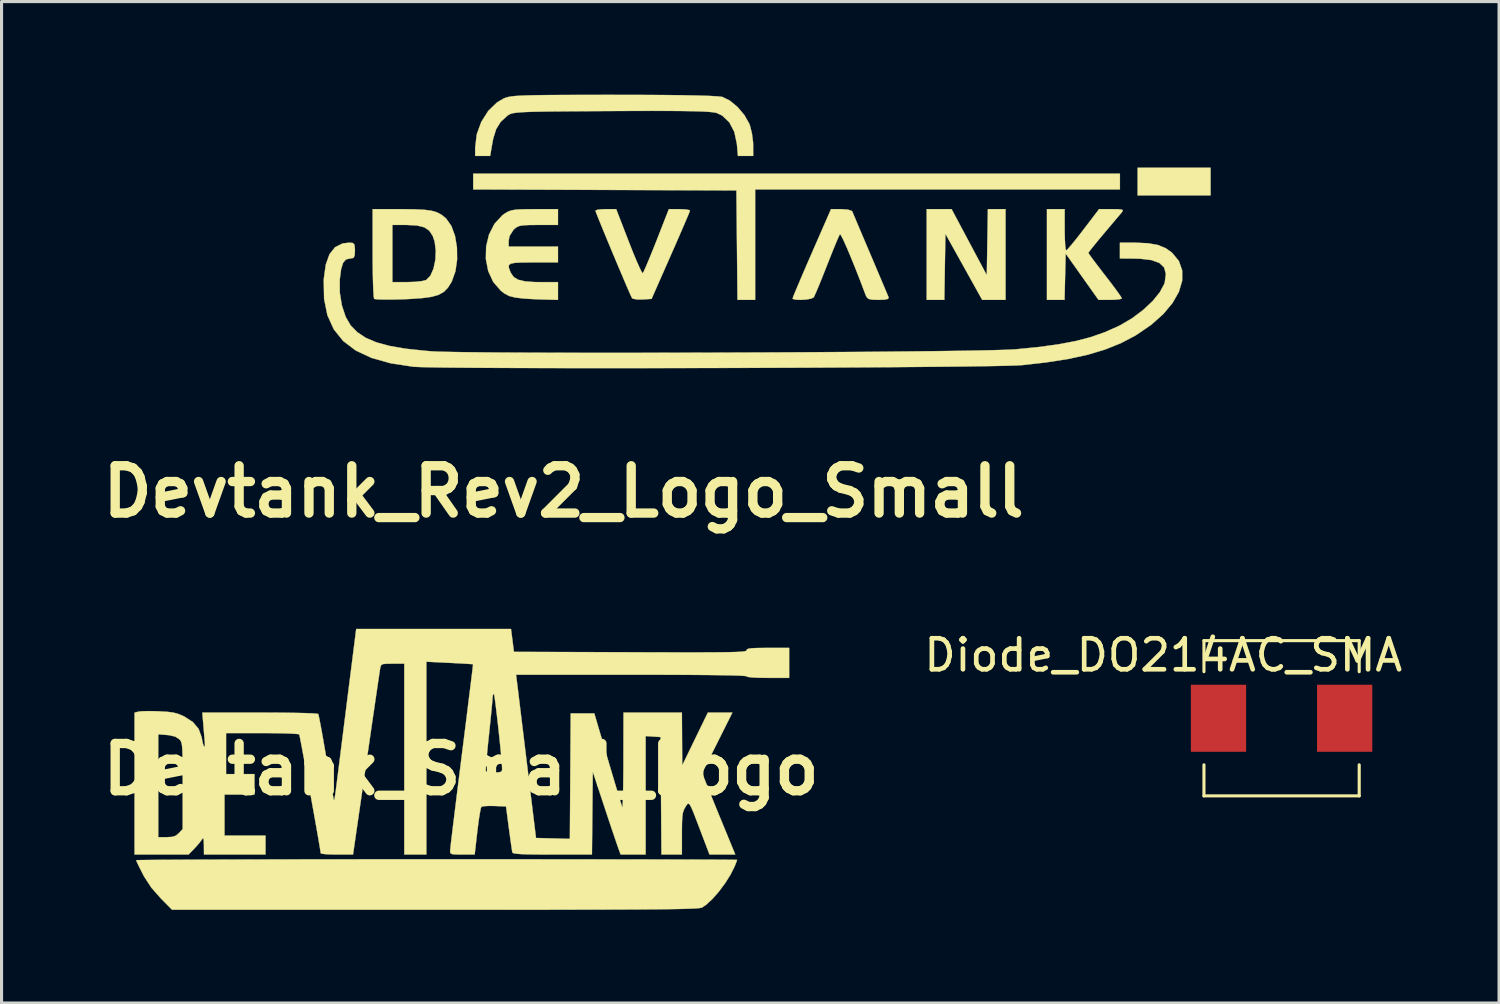
<source format=kicad_pcb>
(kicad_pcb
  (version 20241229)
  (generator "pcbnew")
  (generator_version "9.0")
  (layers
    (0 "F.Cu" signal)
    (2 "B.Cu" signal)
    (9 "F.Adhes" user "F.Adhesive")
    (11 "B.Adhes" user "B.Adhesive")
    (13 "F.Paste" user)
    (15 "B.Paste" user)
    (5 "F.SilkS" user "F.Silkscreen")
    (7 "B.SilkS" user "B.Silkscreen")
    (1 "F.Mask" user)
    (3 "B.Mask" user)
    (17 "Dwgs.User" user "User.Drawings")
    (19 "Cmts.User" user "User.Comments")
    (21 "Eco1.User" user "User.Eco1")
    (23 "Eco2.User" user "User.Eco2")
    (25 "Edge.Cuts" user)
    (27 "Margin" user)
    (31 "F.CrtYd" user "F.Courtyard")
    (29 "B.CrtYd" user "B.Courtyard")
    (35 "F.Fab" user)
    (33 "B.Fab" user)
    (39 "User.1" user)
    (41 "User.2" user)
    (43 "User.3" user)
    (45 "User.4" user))
  (footprint "Devtank_Rev2_Logo_Small"
    (layer "F.Cu")
    (at 21.652 4.385)
    (property "Reference" "Devtank_Rev2_Logo_Small" (at -6.55 8.4 0) (layer "F.SilkS") (effects (font (size 1.524 1.524) (thickness 0.3))))
    (attr through_hole)
    (fp_poly (pts (xy 14.287 -1.143) (xy 11.938 -1.143) (xy 11.938 -2.032) (xy 14.287 -2.032) (xy 14.287 -1.143)) (stroke (width 0.01) (type solid)) (fill yes) (layer "F.SilkS"))
    (fp_poly (pts (xy 11.367 -1.333) (xy -0.381 -1.333) (xy -0.381 2.223) (xy -0.95 2.223) (xy -0.984 -1.302) (xy -5.223 -1.318) (xy -9.461 -1.334) (xy -9.461 -1.841) (xy 11.367 -1.841) (xy 11.367 -1.333)) (stroke (width 0.01) (type solid)) (fill yes) (layer "F.SilkS"))
    (fp_poly (pts (xy 6.513 0.365) (xy 7.08 1.429) (xy 7.115 -0.699) (xy 7.684 -0.699) (xy 7.684 2.223) (xy 6.932 2.223) (xy 5.747 0.095) (xy 5.729 1.159) (xy 5.712 2.223) (xy 5.144 2.223) (xy 5.144 -0.699) (xy 5.545 -0.699) (xy 5.946 -0.699) (xy 6.513 0.365)) (stroke (width 0.01) (type solid)) (fill yes) (layer "F.SilkS"))
    (fp_poly (pts (xy -4.451 0.348) (xy -4.319 0.683) (xy -4.199 0.971) (xy -4.101 1.192) (xy -4.032 1.33) (xy -4.002 1.366) (xy -3.966 1.301) (xy -3.892 1.137) (xy -3.79 0.894) (xy -3.667 0.592) (xy -3.559 0.32) (xy -3.16 -0.699) (xy -2.818 -0.699) (xy -2.63 -0.691) (xy -2.508 -0.67) (xy -2.48 -0.651) (xy -2.506 -0.582) (xy -2.576 -0.413) (xy -2.684 -0.162) (xy -2.821 0.156) (xy -2.982 0.524) (xy -3.101 0.794) (xy -3.717 2.191) (xy -4.012 2.21) (xy -4.195 2.209) (xy -4.32 2.183) (xy -4.346 2.165) (xy -4.386 2.083) (xy -4.464 1.907) (xy -4.572 1.656) (xy -4.701 1.351) (xy -4.845 1.012) (xy -4.993 0.659) (xy -5.138 0.311) (xy -5.271 -0.011) (xy -5.384 -0.288) (xy -5.469 -0.499) (xy -5.517 -0.624) (xy -5.524 -0.65) (xy -5.467 -0.677) (xy -5.32 -0.695) (xy -5.19 -0.699) (xy -4.856 -0.699) (xy -4.451 0.348)) (stroke (width 0.01) (type solid)) (fill yes) (layer "F.SilkS"))
    (fp_poly (pts (xy 9.588 -0.032) (xy 9.593 0.242) (xy 9.604 0.46) (xy 9.621 0.598) (xy 9.636 0.632) (xy 9.69 0.583) (xy 9.805 0.451) (xy 9.964 0.256) (xy 10.151 0.016) (xy 10.19 -0.035) (xy 10.696 -0.699) (xy 11.105 -0.699) (xy 11.322 -0.696) (xy 11.434 -0.683) (xy 11.462 -0.653) (xy 11.428 -0.597) (xy 11.42 -0.587) (xy 11.343 -0.496) (xy 11.204 -0.332) (xy 11.024 -0.118) (xy 10.838 0.102) (xy 10.649 0.329) (xy 10.494 0.519) (xy 10.389 0.653) (xy 10.351 0.71) (xy 10.387 0.768) (xy 10.488 0.907) (xy 10.64 1.108) (xy 10.827 1.352) (xy 10.89 1.433) (xy 11.086 1.688) (xy 11.25 1.908) (xy 11.368 2.074) (xy 11.426 2.165) (xy 11.43 2.175) (xy 11.372 2.2) (xy 11.223 2.217) (xy 11.054 2.223) (xy 10.678 2.223) (xy 10.149 1.477) (xy 9.62 0.731) (xy 9.602 1.477) (xy 9.584 2.223) (xy 9.017 2.223) (xy 9.017 -0.699) (xy 9.588 -0.699) (xy 9.588 -0.032)) (stroke (width 0.01) (type solid)) (fill yes) (layer "F.SilkS"))
    (fp_poly (pts (xy -6.731 -0.191) (xy -7.369 -0.191) (xy -7.663 -0.188) (xy -7.86 -0.178) (xy -7.989 -0.153) (xy -8.079 -0.108) (xy -8.16 -0.038) (xy -8.163 -0.035) (xy -8.291 0.166) (xy -8.319 0.315) (xy -8.319 0.508) (xy -6.731 0.508) (xy -6.731 1.016) (xy -7.525 1.016) (xy -7.872 1.018) (xy -8.109 1.029) (xy -8.25 1.056) (xy -8.313 1.107) (xy -8.314 1.189) (xy -8.268 1.311) (xy -8.248 1.355) (xy -8.158 1.486) (xy -8.016 1.574) (xy -7.799 1.626) (xy -7.488 1.649) (xy -7.3 1.651) (xy -6.731 1.651) (xy -6.731 2.223) (xy -7.16 2.212) (xy -7.427 2.203) (xy -7.685 2.19) (xy -7.842 2.179) (xy -8.113 2.147) (xy -8.302 2.099) (xy -8.454 2.019) (xy -8.57 1.929) (xy -8.818 1.643) (xy -8.979 1.293) (xy -9.054 0.905) (xy -9.045 0.506) (xy -8.953 0.121) (xy -8.779 -0.222) (xy -8.525 -0.499) (xy -8.45 -0.554) (xy -8.346 -0.617) (xy -8.234 -0.658) (xy -8.087 -0.683) (xy -7.876 -0.695) (xy -7.574 -0.698) (xy -7.484 -0.699) (xy -6.731 -0.699) (xy -6.731 -0.191)) (stroke (width 0.01) (type solid)) (fill yes) (layer "F.SilkS"))
    (fp_poly (pts (xy 2.607 -0.683) (xy 2.731 -0.641) (xy 2.749 -0.619) (xy 2.782 -0.54) (xy 2.858 -0.361) (xy 2.967 -0.102) (xy 3.104 0.221) (xy 3.26 0.588) (xy 3.334 0.762) (xy 3.496 1.144) (xy 3.642 1.489) (xy 3.765 1.778) (xy 3.856 1.995) (xy 3.909 2.121) (xy 3.919 2.143) (xy 3.9 2.191) (xy 3.784 2.216) (xy 3.593 2.223) (xy 3.387 2.217) (xy 3.27 2.192) (xy 3.207 2.13) (xy 3.171 2.048) (xy 3.008 1.617) (xy 2.849 1.212) (xy 2.701 0.847) (xy 2.571 0.539) (xy 2.465 0.303) (xy 2.389 0.153) (xy 2.35 0.107) (xy 2.349 0.108) (xy 2.312 0.182) (xy 2.238 0.353) (xy 2.136 0.6) (xy 2.015 0.903) (xy 1.933 1.111) (xy 1.803 1.44) (xy 1.686 1.73) (xy 1.59 1.958) (xy 1.525 2.104) (xy 1.504 2.143) (xy 1.421 2.183) (xy 1.269 2.211) (xy 1.092 2.223) (xy 0.933 2.218) (xy 0.837 2.194) (xy 0.826 2.177) (xy 0.85 2.108) (xy 0.919 1.939) (xy 1.025 1.688) (xy 1.161 1.369) (xy 1.32 1) (xy 1.444 0.716) (xy 2.063 -0.699) (xy 2.39 -0.699) (xy 2.607 -0.683)) (stroke (width 0.01) (type solid)) (fill yes) (layer "F.SilkS"))
    (fp_poly (pts (xy -11.361 -0.694) (xy -11.042 -0.679) (xy -10.804 -0.648) (xy -10.625 -0.595) (xy -10.48 -0.517) (xy -10.347 -0.409) (xy -10.332 -0.395) (xy -10.164 -0.157) (xy -10.047 0.164) (xy -9.985 0.537) (xy -9.98 0.927) (xy -10.034 1.303) (xy -10.151 1.63) (xy -10.166 1.657) (xy -10.277 1.832) (xy -10.406 1.964) (xy -10.573 2.059) (xy -10.798 2.124) (xy -11.101 2.166) (xy -11.503 2.194) (xy -11.697 2.203) (xy -12.025 2.212) (xy -12.307 2.213) (xy -12.519 2.208) (xy -12.637 2.195) (xy -12.652 2.188) (xy -12.666 2.112) (xy -12.678 1.929) (xy -12.688 1.656) (xy -12.696 1.313) (xy -12.7 0.918) (xy -12.7 0.72) (xy -12.7 -0.191) (xy -12.065 -0.191) (xy -12.065 1.651) (xy -11.585 1.651) (xy -11.333 1.642) (xy -11.118 1.619) (xy -10.983 1.586) (xy -10.976 1.582) (xy -10.841 1.446) (xy -10.741 1.22) (xy -10.681 0.939) (xy -10.667 0.638) (xy -10.702 0.35) (xy -10.766 0.161) (xy -10.877 -0.006) (xy -11.036 -0.114) (xy -11.268 -0.172) (xy -11.596 -0.19) (xy -11.623 -0.191) (xy -12.065 -0.191) (xy -12.7 -0.191) (xy -12.7 -0.699) (xy -11.783 -0.699) (xy -11.361 -0.694)) (stroke (width 0.01) (type solid)) (fill yes) (layer "F.SilkS"))
    (fp_poly (pts (xy -4.102 -4.379) (xy -3.364 -4.375) (xy -2.74 -4.368) (xy -2.234 -4.358) (xy -1.848 -4.346) (xy -1.583 -4.331) (xy -1.443 -4.314) (xy -1.437 -4.313) (xy -1.195 -4.194) (xy -0.947 -3.988) (xy -0.728 -3.729) (xy -0.571 -3.452) (xy -0.546 -3.386) (xy -0.484 -3.135) (xy -0.448 -2.853) (xy -0.445 -2.751) (xy -0.445 -2.413) (xy -0.935 -2.413) (xy -0.97 -2.804) (xy -1.051 -3.186) (xy -1.211 -3.493) (xy -1.44 -3.711) (xy -1.616 -3.796) (xy -1.705 -3.815) (xy -1.849 -3.831) (xy -2.057 -3.844) (xy -2.339 -3.853) (xy -2.703 -3.859) (xy -3.159 -3.863) (xy -3.716 -3.864) (xy -4.384 -3.862) (xy -5.022 -3.859) (xy -5.737 -3.855) (xy -6.336 -3.851) (xy -6.83 -3.847) (xy -7.23 -3.841) (xy -7.547 -3.835) (xy -7.792 -3.826) (xy -7.976 -3.815) (xy -8.109 -3.801) (xy -8.204 -3.784) (xy -8.27 -3.763) (xy -8.319 -3.737) (xy -8.358 -3.711) (xy -8.576 -3.511) (xy -8.722 -3.277) (xy -8.818 -2.969) (xy -8.843 -2.837) (xy -8.916 -2.413) (xy -9.398 -2.413) (xy -9.398 -2.687) (xy -9.346 -3.111) (xy -9.2 -3.512) (xy -8.977 -3.863) (xy -8.692 -4.138) (xy -8.481 -4.262) (xy -8.416 -4.288) (xy -8.34 -4.31) (xy -8.242 -4.328) (xy -8.11 -4.343) (xy -7.933 -4.354) (xy -7.701 -4.363) (xy -7.403 -4.37) (xy -7.027 -4.374) (xy -6.562 -4.377) (xy -5.998 -4.379) (xy -5.323 -4.38) (xy -4.953 -4.38) (xy -4.102 -4.379)) (stroke (width 0.01) (type solid)) (fill yes) (layer "F.SilkS"))
    (fp_poly (pts (xy 11.859 0.381) (xy 12.27 0.399) (xy 12.588 0.455) (xy 12.842 0.558) (xy 13.047 0.705) (xy 13.266 0.971) (xy 13.373 1.276) (xy 13.372 1.61) (xy 13.267 1.962) (xy 13.063 2.322) (xy 12.764 2.68) (xy 12.375 3.026) (xy 11.901 3.35) (xy 11.853 3.379) (xy 11.393 3.62) (xy 10.892 3.821) (xy 10.334 3.989) (xy 9.7 4.127) (xy 8.974 4.24) (xy 8.223 4.324) (xy 8.062 4.334) (xy 7.784 4.343) (xy 7.397 4.352) (xy 6.91 4.36) (xy 6.333 4.368) (xy 5.674 4.375) (xy 4.943 4.382) (xy 4.148 4.389) (xy 3.298 4.395) (xy 2.402 4.4) (xy 1.469 4.405) (xy 0.509 4.409) (xy -0.471 4.413) (xy -1.461 4.416) (xy -2.451 4.418) (xy -3.434 4.42) (xy -4.4 4.421) (xy -5.34 4.421) (xy -6.246 4.421) (xy -7.108 4.419) (xy -7.917 4.417) (xy -8.665 4.414) (xy -9.342 4.411) (xy -9.94 4.406) (xy -10.449 4.401) (xy -10.861 4.394) (xy -11.167 4.387) (xy -11.357 4.379) (xy -11.392 4.376) (xy -12.117 4.266) (xy -12.734 4.093) (xy -13.244 3.854) (xy -13.65 3.547) (xy -13.953 3.169) (xy -14.157 2.718) (xy -14.264 2.193) (xy -14.275 1.59) (xy -14.271 1.527) (xy -14.209 1.084) (xy -14.089 0.751) (xy -13.909 0.526) (xy -13.667 0.405) (xy -13.459 0.381) (xy -13.339 0.391) (xy -13.285 0.446) (xy -13.272 0.583) (xy -13.271 0.635) (xy -13.28 0.799) (xy -13.321 0.872) (xy -13.416 0.889) (xy -13.428 0.889) (xy -13.559 0.921) (xy -13.652 1.029) (xy -13.715 1.23) (xy -13.756 1.538) (xy -13.76 1.575) (xy -13.758 1.991) (xy -13.691 2.403) (xy -13.569 2.771) (xy -13.407 3.048) (xy -13.192 3.266) (xy -12.921 3.446) (xy -12.58 3.591) (xy -12.156 3.706) (xy -11.636 3.796) (xy -11.007 3.863) (xy -10.797 3.88) (xy -10.59 3.89) (xy -10.265 3.898) (xy -9.834 3.906) (xy -9.304 3.912) (xy -8.686 3.918) (xy -7.99 3.922) (xy -7.224 3.925) (xy -6.398 3.927) (xy -5.522 3.928) (xy -4.605 3.928) (xy -3.656 3.927) (xy -2.686 3.925) (xy -1.703 3.923) (xy -0.717 3.919) (xy 0.262 3.915) (xy 1.224 3.91) (xy 2.162 3.904) (xy 3.064 3.898) (xy 3.922 3.89) (xy 4.725 3.882) (xy 5.465 3.874) (xy 6.132 3.865) (xy 6.716 3.855) (xy 7.209 3.845) (xy 7.599 3.834) (xy 7.879 3.823) (xy 8.001 3.816) (xy 8.746 3.742) (xy 9.385 3.655) (xy 9.94 3.55) (xy 10.43 3.422) (xy 10.876 3.266) (xy 11.3 3.078) (xy 11.398 3.029) (xy 11.775 2.805) (xy 12.125 2.54) (xy 12.426 2.256) (xy 12.656 1.972) (xy 12.795 1.711) (xy 12.813 1.653) (xy 12.847 1.384) (xy 12.791 1.179) (xy 12.639 1.034) (xy 12.384 0.942) (xy 12.019 0.898) (xy 11.827 0.893) (xy 11.367 0.889) (xy 11.367 0.381) (xy 11.859 0.381)) (stroke (width 0.01) (type solid)) (fill yes) (layer "F.SilkS")))
  (footprint "Diode_DO214AC_SMA"
    (layer "F.Cu")
    (at 38.226 20.083)
    (property "Reference" "Diode_DO214AC_SMA" (at -3.81 -2.032 0) (layer "F.SilkS") (effects (font (size 1 1) (thickness 0.15))))
    (attr through_hole)
    (fp_line (start -2.5 -2.5) (end 2.5 -2.5) (stroke (width 0.1) (type solid)) (layer "F.SilkS"))
    (fp_line (start -2.5 -1.5) (end -2.5 -2.5) (stroke (width 0.1) (type solid)) (layer "F.SilkS"))
    (fp_line (start -2.5 1.5) (end -2.5 2.5) (stroke (width 0.1) (type solid)) (layer "F.SilkS"))
    (fp_line (start -2.5 2.5) (end 2.5 2.5) (stroke (width 0.1) (type solid)) (layer "F.SilkS"))
    (fp_line (start 2.5 -2.5) (end 2.5 -1.5) (stroke (width 0.1) (type solid)) (layer "F.SilkS"))
    (fp_line (start 2.5 2.5) (end 2.5 1.5) (stroke (width 0.1) (type solid)) (layer "F.SilkS"))
    (pad "1" smd rect (at -2.032 0) (size 1.78 2.16) (layers "F.Cu" "F.Mask" "F.Paste"))
    (pad "2" smd rect (at 2.032 0) (size 1.78 2.16) (layers "F.Cu" "F.Mask" "F.Paste")))
  (footprint "Devtank_Small_Logo"
    (layer "F.Cu")
    (at 11.8 21.729)
    (property "Reference" "Devtank_Small_Logo" (at 0 0 0) (layer "F.SilkS") (effects (font (size 1.524 1.524) (thickness 0.3))))
    (attr through_hole)
    (fp_poly (pts (xy 0.196 2.896) (xy 1.152 2.896) (xy 2.076 2.896) (xy 2.962 2.897) (xy 3.806 2.898) (xy 4.603 2.899) (xy 5.348 2.9) (xy 6.035 2.901) (xy 6.661 2.903) (xy 7.219 2.904) (xy 7.706 2.906) (xy 8.116 2.907) (xy 8.445 2.909) (xy 8.686 2.911) (xy 8.836 2.913) (xy 8.89 2.915) (xy 8.89 2.915) (xy 8.872 2.969) (xy 8.828 3.082) (xy 8.809 3.128) (xy 8.677 3.392) (xy 8.502 3.67) (xy 8.302 3.938) (xy 8.094 4.175) (xy 7.896 4.358) (xy 7.762 4.449) (xy 7.733 4.458) (xy 7.68 4.467) (xy 7.598 4.475) (xy 7.484 4.482) (xy 7.332 4.488) (xy 7.139 4.494) (xy 6.9 4.499) (xy 6.611 4.503) (xy 6.268 4.507) (xy 5.865 4.51) (xy 5.399 4.513) (xy 4.866 4.515) (xy 4.26 4.517) (xy 3.578 4.518) (xy 2.815 4.52) (xy 1.966 4.52) (xy 1.028 4.521) (xy -0.003 4.521) (xy -0.841 4.521) (xy -9.308 4.521) (xy -9.673 4.153) (xy -9.974 3.811) (xy -10.207 3.454) (xy -10.251 3.37) (xy -10.345 3.185) (xy -10.418 3.036) (xy -10.459 2.944) (xy -10.465 2.926) (xy -10.415 2.923) (xy -10.268 2.92) (xy -10.03 2.917) (xy -9.705 2.914) (xy -9.297 2.912) (xy -8.813 2.909) (xy -8.257 2.907) (xy -7.634 2.905) (xy -6.949 2.903) (xy -6.206 2.901) (xy -5.411 2.899) (xy -4.569 2.898) (xy -3.684 2.897) (xy -2.762 2.896) (xy -1.807 2.896) (xy -0.824 2.896) (xy -0.787 2.896) (xy 0.196 2.896)) (stroke (width 0.01) (type solid)) (fill yes) (layer "F.SilkS"))
    (fp_poly (pts (xy 1.655 -4.153) (xy 1.702 -3.785) (xy 5.448 -3.772) (xy 6.161 -3.769) (xy 6.779 -3.768) (xy 7.308 -3.767) (xy 7.755 -3.768) (xy 8.128 -3.769) (xy 8.431 -3.772) (xy 8.673 -3.776) (xy 8.86 -3.781) (xy 8.998 -3.788) (xy 9.094 -3.797) (xy 9.154 -3.808) (xy 9.186 -3.82) (xy 9.195 -3.835) (xy 9.195 -3.835) (xy 9.209 -3.866) (xy 9.262 -3.888) (xy 9.368 -3.902) (xy 9.542 -3.909) (xy 9.799 -3.912) (xy 9.881 -3.912) (xy 10.566 -3.912) (xy 10.566 -2.946) (xy 9.881 -2.946) (xy 9.591 -2.95) (xy 9.373 -2.96) (xy 9.238 -2.977) (xy 9.195 -2.997) (xy 9.144 -3.008) (xy 8.993 -3.018) (xy 8.742 -3.026) (xy 8.392 -3.033) (xy 7.944 -3.039) (xy 7.4 -3.043) (xy 6.759 -3.046) (xy 6.024 -3.048) (xy 5.483 -3.048) (xy 1.771 -3.048) (xy 1.804 -2.781) (xy 1.817 -2.677) (xy 1.841 -2.483) (xy 1.874 -2.211) (xy 1.915 -1.872) (xy 1.963 -1.478) (xy 2.017 -1.04) (xy 2.074 -0.57) (xy 2.125 -0.152) (xy 2.413 2.21) (xy 2.959 2.224) (xy 3.504 2.239) (xy 3.517 0.218) (xy 3.531 -1.803) (xy 4.291 -1.803) (xy 4.725 -0.33) (xy 4.835 0.042) (xy 4.937 0.385) (xy 5.027 0.685) (xy 5.102 0.931) (xy 5.156 1.109) (xy 5.187 1.206) (xy 5.192 1.219) (xy 5.2 1.19) (xy 5.208 1.07) (xy 5.215 0.872) (xy 5.22 0.606) (xy 5.225 0.285) (xy 5.228 -0.08) (xy 5.228 -0.267) (xy 5.232 -1.829) (xy 7.112 -1.829) (xy 7.122 -0.127) (xy 7.535 -0.978) (xy 7.948 -1.829) (xy 8.738 -1.829) (xy 8.251 -0.855) (xy 7.763 0.119) (xy 7.916 0.504) (xy 7.985 0.676) (xy 8.083 0.919) (xy 8.201 1.21) (xy 8.33 1.525) (xy 8.45 1.816) (xy 8.831 2.743) (xy 8.001 2.743) (xy 7.706 1.967) (xy 7.583 1.644) (xy 7.491 1.405) (xy 7.422 1.242) (xy 7.371 1.145) (xy 7.332 1.104) (xy 7.297 1.11) (xy 7.262 1.153) (xy 7.219 1.223) (xy 7.218 1.223) (xy 7.174 1.307) (xy 7.144 1.4) (xy 7.126 1.525) (xy 7.116 1.701) (xy 7.112 1.95) (xy 7.112 2.07) (xy 7.112 2.743) (xy 6.453 2.743) (xy 6.426 -1.041) (xy 6.185 -1.057) (xy 5.944 -1.072) (xy 5.944 2.743) (xy 5.139 2.743) (xy 5.06 2.527) (xy 5.022 2.417) (xy 4.957 2.227) (xy 4.872 1.975) (xy 4.772 1.677) (xy 4.664 1.352) (xy 4.612 1.194) (xy 4.242 0.076) (xy 4.228 1.41) (xy 4.215 2.743) (xy 2.944 2.743) (xy 2.529 2.742) (xy 2.207 2.738) (xy 1.968 2.731) (xy 1.803 2.72) (xy 1.703 2.705) (xy 1.658 2.686) (xy 1.654 2.68) (xy 1.64 2.608) (xy 1.617 2.457) (xy 1.587 2.244) (xy 1.553 1.991) (xy 1.541 1.905) (xy 1.448 1.194) (xy 1.072 1.179) (xy 0.883 1.177) (xy 0.735 1.186) (xy 0.656 1.204) (xy 0.652 1.207) (xy 0.632 1.27) (xy 0.604 1.416) (xy 0.571 1.624) (xy 0.538 1.877) (xy 0.523 1.997) (xy 0.438 2.743) (xy 0.041 2.743) (xy -0.158 2.741) (xy -0.276 2.732) (xy -0.334 2.709) (xy -0.352 2.667) (xy -0.353 2.629) (xy -0.347 2.559) (xy -0.329 2.397) (xy -0.3 2.153) (xy -0.262 1.836) (xy -0.215 1.456) (xy -0.161 1.021) (xy -0.102 0.541) (xy -0.041 0.052) (xy 0.795 0.052) (xy 0.797 0.064) (xy 0.856 0.086) (xy 0.983 0.099) (xy 1.07 0.102) (xy 1.224 0.095) (xy 1.3 0.07) (xy 1.322 0.017) (xy 1.322 0.013) (xy 1.318 -0.097) (xy 1.305 -0.279) (xy 1.284 -0.517) (xy 1.257 -0.795) (xy 1.226 -1.095) (xy 1.193 -1.4) (xy 1.159 -1.695) (xy 1.127 -1.962) (xy 1.099 -2.185) (xy 1.075 -2.346) (xy 1.059 -2.43) (xy 1.055 -2.438) (xy 1.026 -2.394) (xy 1.013 -2.299) (xy 1.007 -2.208) (xy 0.991 -2.033) (xy 0.968 -1.791) (xy 0.938 -1.5) (xy 0.905 -1.177) (xy 0.893 -1.067) (xy 0.859 -0.744) (xy 0.832 -0.456) (xy 0.811 -0.217) (xy 0.798 -0.043) (xy 0.795 0.052) (xy -0.041 0.052) (xy -0.037 0.025) (xy 0.02 -0.432) (xy 0.088 -0.967) (xy 0.151 -1.47) (xy 0.209 -1.934) (xy 0.26 -2.35) (xy 0.305 -2.707) (xy 0.341 -2.998) (xy 0.367 -3.214) (xy 0.382 -3.346) (xy 0.386 -3.386) (xy 0.337 -3.39) (xy 0.203 -3.399) (xy 0.004 -3.411) (xy -0.243 -3.424) (xy -0.368 -3.43) (xy -1.118 -3.467) (xy -1.118 2.743) (xy -1.829 2.743) (xy -1.829 -3.404) (xy -2.203 -3.404) (xy -2.396 -3.402) (xy -2.509 -3.392) (xy -2.568 -3.364) (xy -2.594 -3.312) (xy -2.604 -3.264) (xy -2.616 -3.189) (xy -2.641 -3.023) (xy -2.678 -2.775) (xy -2.725 -2.455) (xy -2.781 -2.072) (xy -2.845 -1.635) (xy -2.915 -1.154) (xy -2.99 -0.638) (xy -3.055 -0.191) (xy -3.48 2.743) (xy -4 2.743) (xy -4.217 2.739) (xy -4.389 2.729) (xy -4.496 2.714) (xy -4.521 2.702) (xy -4.53 2.635) (xy -4.554 2.484) (xy -4.592 2.261) (xy -4.641 1.98) (xy -4.699 1.654) (xy -4.763 1.296) (xy -4.83 0.92) (xy -4.899 0.54) (xy -4.966 0.168) (xy -5.03 -0.181) (xy -5.089 -0.495) (xy -5.138 -0.76) (xy -5.177 -0.962) (xy -5.203 -1.089) (xy -5.212 -1.126) (xy -5.268 -1.138) (xy -5.412 -1.149) (xy -5.627 -1.158) (xy -5.9 -1.164) (xy -6.216 -1.168) (xy -6.404 -1.168) (xy -7.569 -1.168) (xy -7.569 0.152) (xy -6.655 0.152) (xy -6.655 0.813) (xy -7.62 0.813) (xy -7.62 2.134) (xy -6.299 2.134) (xy -6.299 2.743) (xy -8.28 2.743) (xy -8.283 2.451) (xy -8.288 2.293) (xy -8.3 2.222) (xy -8.324 2.226) (xy -8.347 2.26) (xy -8.417 2.355) (xy -8.528 2.484) (xy -8.592 2.552) (xy -8.776 2.743) (xy -10.516 2.743) (xy -10.516 -1.13) (xy -9.754 -1.13) (xy -9.754 0.527) (xy -9.754 2.184) (xy -9.483 2.184) (xy -9.307 2.175) (xy -9.192 2.139) (xy -9.097 2.062) (xy -9.089 2.053) (xy -8.966 1.922) (xy -8.966 0.531) (xy -8.966 0.119) (xy -8.968 -0.204) (xy -8.971 -0.45) (xy -8.977 -0.63) (xy -8.987 -0.757) (xy -9.002 -0.843) (xy -9.022 -0.9) (xy -9.048 -0.941) (xy -9.077 -0.972) (xy -9.204 -1.054) (xy -9.394 -1.099) (xy -9.471 -1.107) (xy -9.754 -1.13) (xy -10.516 -1.13) (xy -10.516 -1.827) (xy -10.385 -1.86) (xy -10.279 -1.871) (xy -10.101 -1.876) (xy -9.879 -1.874) (xy -9.729 -1.869) (xy -9.47 -1.854) (xy -9.281 -1.831) (xy -9.128 -1.793) (xy -8.98 -1.733) (xy -8.907 -1.698) (xy -8.634 -1.52) (xy -8.452 -1.302) (xy -8.358 -1.041) (xy -8.354 -1.023) (xy -8.321 -0.853) (xy -8.288 -0.75) (xy -8.262 -0.721) (xy -8.25 -0.776) (xy -8.255 -0.889) (xy -8.271 -1.081) (xy -8.291 -1.316) (xy -8.305 -1.486) (xy -8.334 -1.829) (xy -6.481 -1.829) (xy -6.026 -1.828) (xy -5.616 -1.824) (xy -5.263 -1.818) (xy -4.975 -1.811) (xy -4.763 -1.802) (xy -4.635 -1.791) (xy -4.6 -1.782) (xy -4.584 -1.721) (xy -4.554 -1.574) (xy -4.512 -1.353) (xy -4.461 -1.073) (xy -4.404 -0.746) (xy -4.342 -0.386) (xy -4.34 -0.373) (xy -4.278 -0.015) (xy -4.222 0.31) (xy -4.173 0.587) (xy -4.134 0.803) (xy -4.106 0.947) (xy -4.093 1.003) (xy -4.093 1.004) (xy -4.08 0.964) (xy -4.059 0.847) (xy -4.034 0.672) (xy -4.025 0.598) (xy -4.007 0.461) (xy -3.979 0.235) (xy -3.94 -0.067) (xy -3.894 -0.433) (xy -3.842 -0.85) (xy -3.784 -1.306) (xy -3.723 -1.788) (xy -3.675 -2.172) (xy -3.378 -4.521) (xy 1.608 -4.521) (xy 1.655 -4.153)) (stroke (width 0.01) (type solid)) (fill yes) (layer "F.SilkS")))
  (gr_rect
    (start -3 -3)
    (end 45.231 29.255)
    (stroke (width 0.1) (type default))
    (fill no)
    (layer "Edge.Cuts")))
</source>
